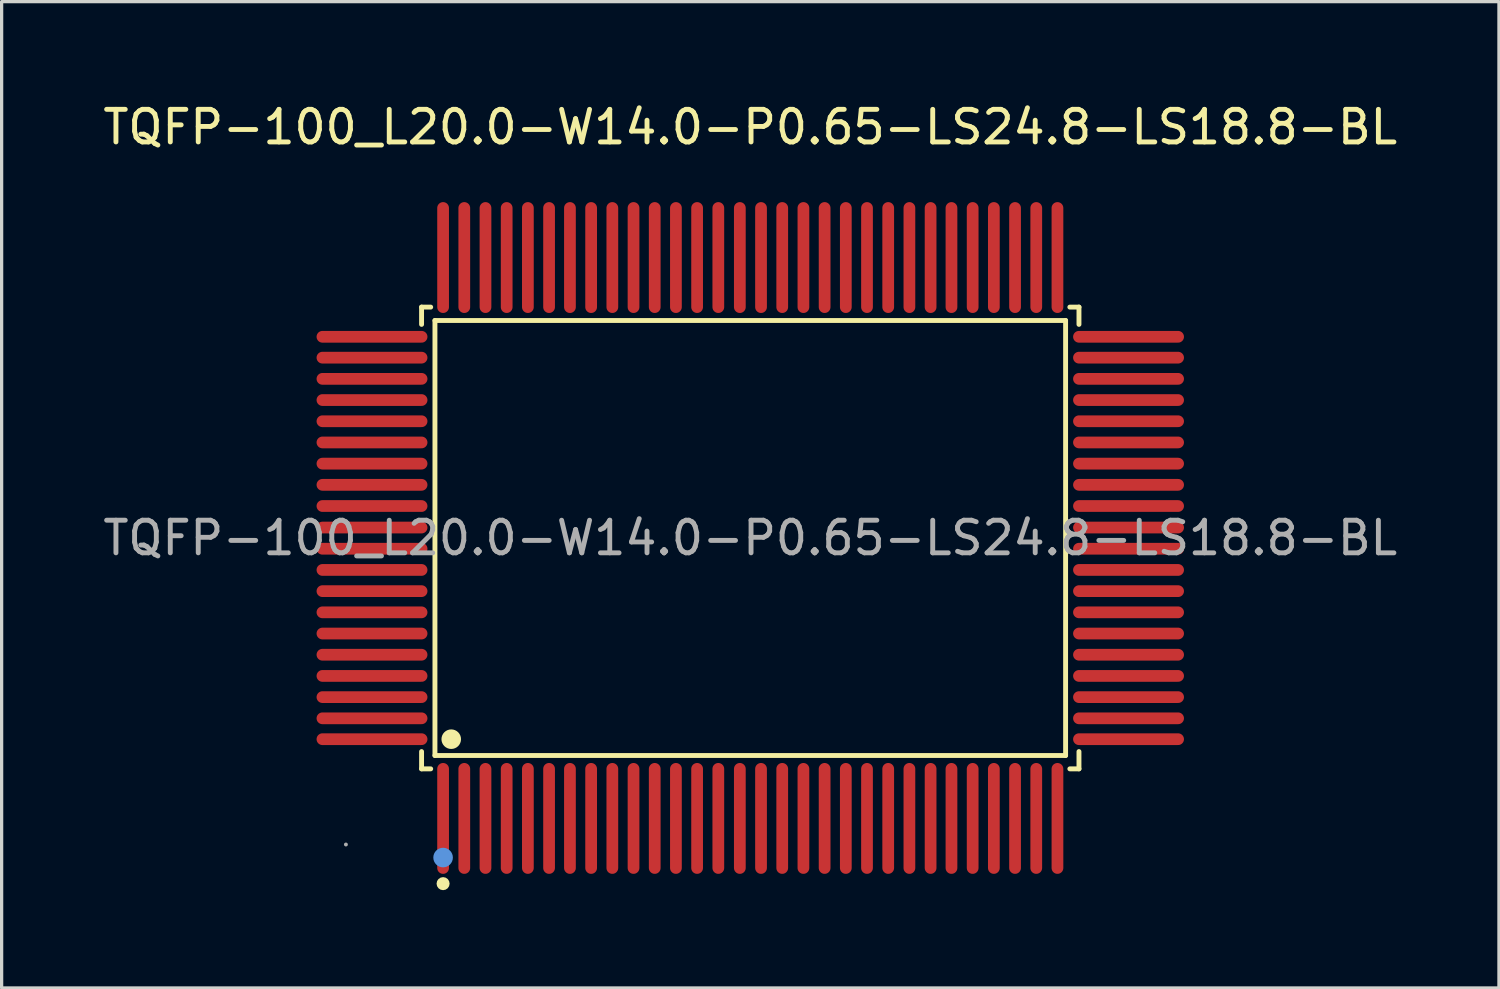
<source format=kicad_pcb>
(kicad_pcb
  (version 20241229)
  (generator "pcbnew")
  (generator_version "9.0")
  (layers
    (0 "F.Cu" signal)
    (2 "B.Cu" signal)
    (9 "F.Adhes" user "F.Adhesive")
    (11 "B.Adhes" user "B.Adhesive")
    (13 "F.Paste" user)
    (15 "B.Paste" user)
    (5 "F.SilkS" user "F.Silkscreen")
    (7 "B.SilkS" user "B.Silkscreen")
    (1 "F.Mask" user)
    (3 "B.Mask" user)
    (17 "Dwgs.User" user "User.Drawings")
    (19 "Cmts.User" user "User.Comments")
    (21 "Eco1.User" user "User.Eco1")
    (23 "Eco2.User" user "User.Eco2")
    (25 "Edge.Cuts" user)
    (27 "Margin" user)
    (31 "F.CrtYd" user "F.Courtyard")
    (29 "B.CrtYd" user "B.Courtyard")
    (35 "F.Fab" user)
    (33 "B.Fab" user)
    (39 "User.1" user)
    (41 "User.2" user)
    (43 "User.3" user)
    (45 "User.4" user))
  (footprint "TQFP-100_L20.0-W14.0-P0.65-LS24.8-LS18.8-BL"
    (layer "F.Cu")
    (at 19.958 13.448)
    (property "Reference" "TQFP-100_L20.0-W14.0-P0.65-LS24.8-LS18.8-BL" (at 0 -12.6 0) (layer "F.SilkS") (effects (font (size 1 1) (thickness 0.15))))
    (attr through_hole)
    (fp_line (start -10.08 -7.08) (end -9.8 -7.08) (stroke (width 0.15) (type solid)) (layer "F.SilkS"))
    (fp_line (start -10.08 -6.55) (end -10.08 -7.08) (stroke (width 0.15) (type solid)) (layer "F.SilkS"))
    (fp_line (start -10.08 6.55) (end -10.08 7.08) (stroke (width 0.15) (type solid)) (layer "F.SilkS"))
    (fp_line (start -10.08 7.08) (end -9.8 7.08) (stroke (width 0.15) (type solid)) (layer "F.SilkS"))
    (fp_line (start -9.67 -6.67) (end 9.67 -6.67) (stroke (width 0.15) (type solid)) (layer "F.SilkS"))
    (fp_line (start -9.67 6.67) (end -9.67 -6.67) (stroke (width 0.15) (type solid)) (layer "F.SilkS"))
    (fp_line (start 9.67 -6.67) (end 9.67 6.67) (stroke (width 0.15) (type solid)) (layer "F.SilkS"))
    (fp_line (start 9.67 6.67) (end -9.67 6.67) (stroke (width 0.15) (type solid)) (layer "F.SilkS"))
    (fp_line (start 10.08 -7.08) (end 9.8 -7.08) (stroke (width 0.15) (type solid)) (layer "F.SilkS"))
    (fp_line (start 10.08 -6.55) (end 10.08 -7.08) (stroke (width 0.15) (type solid)) (layer "F.SilkS"))
    (fp_line (start 10.08 6.55) (end 10.08 7.08) (stroke (width 0.15) (type solid)) (layer "F.SilkS"))
    (fp_line (start 10.08 7.08) (end 9.8 7.08) (stroke (width 0.15) (type solid)) (layer "F.SilkS"))
    (fp_circle (center -9.42 10.6) (end -9.32 10.6) (stroke (width 0.2) (type solid)) (fill no) (layer "F.SilkS"))
    (fp_circle (center -9.17 6.17) (end -9.02 6.17) (stroke (width 0.3) (type solid)) (fill no) (layer "F.SilkS"))
    (fp_circle (center -9.42 9.8) (end -9.27 9.8) (stroke (width 0.3) (type solid)) (fill no) (layer "Cmts.User"))
    (fp_circle (center -12.4 9.4) (end -12.37 9.4) (stroke (width 0.06) (type solid)) (fill no) (layer "F.Fab"))
    (fp_text user "${REFERENCE}" (at 0 0 0) (layer "F.Fab") (effects (font (size 1 1) (thickness 0.15))))
    (pad "1" smd oval (at -9.42 8.6) (size 0.36 3.4) (layers "F.Cu" "F.Mask" "F.Paste"))
    (pad "2" smd oval (at -8.77 8.6) (size 0.36 3.4) (layers "F.Cu" "F.Mask" "F.Paste"))
    (pad "3" smd oval (at -8.12 8.6) (size 0.36 3.4) (layers "F.Cu" "F.Mask" "F.Paste"))
    (pad "4" smd oval (at -7.47 8.6) (size 0.36 3.4) (layers "F.Cu" "F.Mask" "F.Paste"))
    (pad "5" smd oval (at -6.82 8.6) (size 0.36 3.4) (layers "F.Cu" "F.Mask" "F.Paste"))
    (pad "6" smd oval (at -6.17 8.6) (size 0.36 3.4) (layers "F.Cu" "F.Mask" "F.Paste"))
    (pad "7" smd oval (at -5.53 8.6) (size 0.36 3.4) (layers "F.Cu" "F.Mask" "F.Paste"))
    (pad "8" smd oval (at -4.88 8.6) (size 0.36 3.4) (layers "F.Cu" "F.Mask" "F.Paste"))
    (pad "9" smd oval (at -4.23 8.6) (size 0.36 3.4) (layers "F.Cu" "F.Mask" "F.Paste"))
    (pad "10" smd oval (at -3.58 8.6) (size 0.36 3.4) (layers "F.Cu" "F.Mask" "F.Paste"))
    (pad "11" smd oval (at -2.93 8.6) (size 0.36 3.4) (layers "F.Cu" "F.Mask" "F.Paste"))
    (pad "12" smd oval (at -2.28 8.6) (size 0.36 3.4) (layers "F.Cu" "F.Mask" "F.Paste"))
    (pad "13" smd oval (at -1.63 8.6) (size 0.36 3.4) (layers "F.Cu" "F.Mask" "F.Paste"))
    (pad "14" smd oval (at -0.98 8.6) (size 0.36 3.4) (layers "F.Cu" "F.Mask" "F.Paste"))
    (pad "15" smd oval (at -0.32 8.6) (size 0.36 3.4) (layers "F.Cu" "F.Mask" "F.Paste"))
    (pad "16" smd oval (at 0.33 8.6) (size 0.36 3.4) (layers "F.Cu" "F.Mask" "F.Paste"))
    (pad "17" smd oval (at 0.98 8.6) (size 0.36 3.4) (layers "F.Cu" "F.Mask" "F.Paste"))
    (pad "18" smd oval (at 1.63 8.6) (size 0.36 3.4) (layers "F.Cu" "F.Mask" "F.Paste"))
    (pad "19" smd oval (at 2.28 8.6) (size 0.36 3.4) (layers "F.Cu" "F.Mask" "F.Paste"))
    (pad "20" smd oval (at 2.93 8.6) (size 0.36 3.4) (layers "F.Cu" "F.Mask" "F.Paste"))
    (pad "21" smd oval (at 3.58 8.6) (size 0.36 3.4) (layers "F.Cu" "F.Mask" "F.Paste"))
    (pad "22" smd oval (at 4.23 8.6) (size 0.36 3.4) (layers "F.Cu" "F.Mask" "F.Paste"))
    (pad "23" smd oval (at 4.88 8.6) (size 0.36 3.4) (layers "F.Cu" "F.Mask" "F.Paste"))
    (pad "24" smd oval (at 5.53 8.6) (size 0.36 3.4) (layers "F.Cu" "F.Mask" "F.Paste"))
    (pad "25" smd oval (at 6.17 8.6) (size 0.36 3.4) (layers "F.Cu" "F.Mask" "F.Paste"))
    (pad "26" smd oval (at 6.82 8.6) (size 0.36 3.4) (layers "F.Cu" "F.Mask" "F.Paste"))
    (pad "27" smd oval (at 7.47 8.6) (size 0.36 3.4) (layers "F.Cu" "F.Mask" "F.Paste"))
    (pad "28" smd oval (at 8.12 8.6) (size 0.36 3.4) (layers "F.Cu" "F.Mask" "F.Paste"))
    (pad "29" smd oval (at 8.77 8.6) (size 0.36 3.4) (layers "F.Cu" "F.Mask" "F.Paste"))
    (pad "30" smd oval (at 9.42 8.6) (size 0.36 3.4) (layers "F.Cu" "F.Mask" "F.Paste"))
    (pad "31" smd oval (at 11.6 6.17) (size 3.4 0.36) (layers "F.Cu" "F.Mask" "F.Paste"))
    (pad "32" smd oval (at 11.6 5.53) (size 3.4 0.36) (layers "F.Cu" "F.Mask" "F.Paste"))
    (pad "33" smd oval (at 11.6 4.88) (size 3.4 0.36) (layers "F.Cu" "F.Mask" "F.Paste"))
    (pad "34" smd oval (at 11.6 4.23) (size 3.4 0.36) (layers "F.Cu" "F.Mask" "F.Paste"))
    (pad "35" smd oval (at 11.6 3.58) (size 3.4 0.36) (layers "F.Cu" "F.Mask" "F.Paste"))
    (pad "36" smd oval (at 11.6 2.93) (size 3.4 0.36) (layers "F.Cu" "F.Mask" "F.Paste"))
    (pad "37" smd oval (at 11.6 2.28) (size 3.4 0.36) (layers "F.Cu" "F.Mask" "F.Paste"))
    (pad "38" smd oval (at 11.6 1.63) (size 3.4 0.36) (layers "F.Cu" "F.Mask" "F.Paste"))
    (pad "39" smd oval (at 11.6 0.98) (size 3.4 0.36) (layers "F.Cu" "F.Mask" "F.Paste"))
    (pad "40" smd oval (at 11.6 0.33) (size 3.4 0.36) (layers "F.Cu" "F.Mask" "F.Paste"))
    (pad "41" smd oval (at 11.6 -0.32) (size 3.4 0.36) (layers "F.Cu" "F.Mask" "F.Paste"))
    (pad "42" smd oval (at 11.6 -0.98) (size 3.4 0.36) (layers "F.Cu" "F.Mask" "F.Paste"))
    (pad "43" smd oval (at 11.6 -1.63) (size 3.4 0.36) (layers "F.Cu" "F.Mask" "F.Paste"))
    (pad "44" smd oval (at 11.6 -2.28) (size 3.4 0.36) (layers "F.Cu" "F.Mask" "F.Paste"))
    (pad "45" smd oval (at 11.6 -2.93) (size 3.4 0.36) (layers "F.Cu" "F.Mask" "F.Paste"))
    (pad "46" smd oval (at 11.6 -3.58) (size 3.4 0.36) (layers "F.Cu" "F.Mask" "F.Paste"))
    (pad "47" smd oval (at 11.6 -4.23) (size 3.4 0.36) (layers "F.Cu" "F.Mask" "F.Paste"))
    (pad "48" smd oval (at 11.6 -4.88) (size 3.4 0.36) (layers "F.Cu" "F.Mask" "F.Paste"))
    (pad "49" smd oval (at 11.6 -5.53) (size 3.4 0.36) (layers "F.Cu" "F.Mask" "F.Paste"))
    (pad "50" smd oval (at 11.6 -6.17) (size 3.4 0.36) (layers "F.Cu" "F.Mask" "F.Paste"))
    (pad "51" smd oval (at 9.42 -8.6) (size 0.36 3.4) (layers "F.Cu" "F.Mask" "F.Paste"))
    (pad "52" smd oval (at 8.77 -8.6) (size 0.36 3.4) (layers "F.Cu" "F.Mask" "F.Paste"))
    (pad "53" smd oval (at 8.12 -8.6) (size 0.36 3.4) (layers "F.Cu" "F.Mask" "F.Paste"))
    (pad "54" smd oval (at 7.47 -8.6) (size 0.36 3.4) (layers "F.Cu" "F.Mask" "F.Paste"))
    (pad "55" smd oval (at 6.82 -8.6) (size 0.36 3.4) (layers "F.Cu" "F.Mask" "F.Paste"))
    (pad "56" smd oval (at 6.17 -8.6) (size 0.36 3.4) (layers "F.Cu" "F.Mask" "F.Paste"))
    (pad "57" smd oval (at 5.53 -8.6) (size 0.36 3.4) (layers "F.Cu" "F.Mask" "F.Paste"))
    (pad "58" smd oval (at 4.88 -8.6) (size 0.36 3.4) (layers "F.Cu" "F.Mask" "F.Paste"))
    (pad "59" smd oval (at 4.23 -8.6) (size 0.36 3.4) (layers "F.Cu" "F.Mask" "F.Paste"))
    (pad "60" smd oval (at 3.58 -8.6) (size 0.36 3.4) (layers "F.Cu" "F.Mask" "F.Paste"))
    (pad "61" smd oval (at 2.93 -8.6) (size 0.36 3.4) (layers "F.Cu" "F.Mask" "F.Paste"))
    (pad "62" smd oval (at 2.28 -8.6) (size 0.36 3.4) (layers "F.Cu" "F.Mask" "F.Paste"))
    (pad "63" smd oval (at 1.63 -8.6) (size 0.36 3.4) (layers "F.Cu" "F.Mask" "F.Paste"))
    (pad "64" smd oval (at 0.98 -8.6) (size 0.36 3.4) (layers "F.Cu" "F.Mask" "F.Paste"))
    (pad "65" smd oval (at 0.33 -8.6) (size 0.36 3.4) (layers "F.Cu" "F.Mask" "F.Paste"))
    (pad "66" smd oval (at -0.32 -8.6) (size 0.36 3.4) (layers "F.Cu" "F.Mask" "F.Paste"))
    (pad "67" smd oval (at -0.98 -8.6) (size 0.36 3.4) (layers "F.Cu" "F.Mask" "F.Paste"))
    (pad "68" smd oval (at -1.63 -8.6) (size 0.36 3.4) (layers "F.Cu" "F.Mask" "F.Paste"))
    (pad "69" smd oval (at -2.28 -8.6) (size 0.36 3.4) (layers "F.Cu" "F.Mask" "F.Paste"))
    (pad "70" smd oval (at -2.93 -8.6) (size 0.36 3.4) (layers "F.Cu" "F.Mask" "F.Paste"))
    (pad "71" smd oval (at -3.58 -8.6) (size 0.36 3.4) (layers "F.Cu" "F.Mask" "F.Paste"))
    (pad "72" smd oval (at -4.23 -8.6) (size 0.36 3.4) (layers "F.Cu" "F.Mask" "F.Paste"))
    (pad "73" smd oval (at -4.88 -8.6) (size 0.36 3.4) (layers "F.Cu" "F.Mask" "F.Paste"))
    (pad "74" smd oval (at -5.53 -8.6) (size 0.36 3.4) (layers "F.Cu" "F.Mask" "F.Paste"))
    (pad "75" smd oval (at -6.17 -8.6) (size 0.36 3.4) (layers "F.Cu" "F.Mask" "F.Paste"))
    (pad "76" smd oval (at -6.82 -8.6) (size 0.36 3.4) (layers "F.Cu" "F.Mask" "F.Paste"))
    (pad "77" smd oval (at -7.47 -8.6) (size 0.36 3.4) (layers "F.Cu" "F.Mask" "F.Paste"))
    (pad "78" smd oval (at -8.12 -8.6) (size 0.36 3.4) (layers "F.Cu" "F.Mask" "F.Paste"))
    (pad "79" smd oval (at -8.77 -8.6) (size 0.36 3.4) (layers "F.Cu" "F.Mask" "F.Paste"))
    (pad "80" smd oval (at -9.42 -8.6) (size 0.36 3.4) (layers "F.Cu" "F.Mask" "F.Paste"))
    (pad "81" smd oval (at -11.6 -6.17) (size 3.4 0.36) (layers "F.Cu" "F.Mask" "F.Paste"))
    (pad "82" smd oval (at -11.6 -5.53) (size 3.4 0.36) (layers "F.Cu" "F.Mask" "F.Paste"))
    (pad "83" smd oval (at -11.6 -4.88) (size 3.4 0.36) (layers "F.Cu" "F.Mask" "F.Paste"))
    (pad "84" smd oval (at -11.6 -4.23) (size 3.4 0.36) (layers "F.Cu" "F.Mask" "F.Paste"))
    (pad "85" smd oval (at -11.6 -3.58) (size 3.4 0.36) (layers "F.Cu" "F.Mask" "F.Paste"))
    (pad "86" smd oval (at -11.6 -2.93) (size 3.4 0.36) (layers "F.Cu" "F.Mask" "F.Paste"))
    (pad "87" smd oval (at -11.6 -2.28) (size 3.4 0.36) (layers "F.Cu" "F.Mask" "F.Paste"))
    (pad "88" smd oval (at -11.6 -1.63) (size 3.4 0.36) (layers "F.Cu" "F.Mask" "F.Paste"))
    (pad "89" smd oval (at -11.6 -0.98) (size 3.4 0.36) (layers "F.Cu" "F.Mask" "F.Paste"))
    (pad "90" smd oval (at -11.6 -0.32) (size 3.4 0.36) (layers "F.Cu" "F.Mask" "F.Paste"))
    (pad "91" smd oval (at -11.6 0.33) (size 3.4 0.36) (layers "F.Cu" "F.Mask" "F.Paste"))
    (pad "92" smd oval (at -11.6 0.98) (size 3.4 0.36) (layers "F.Cu" "F.Mask" "F.Paste"))
    (pad "93" smd oval (at -11.6 1.63) (size 3.4 0.36) (layers "F.Cu" "F.Mask" "F.Paste"))
    (pad "94" smd oval (at -11.6 2.28) (size 3.4 0.36) (layers "F.Cu" "F.Mask" "F.Paste"))
    (pad "95" smd oval (at -11.6 2.93) (size 3.4 0.36) (layers "F.Cu" "F.Mask" "F.Paste"))
    (pad "96" smd oval (at -11.6 3.58) (size 3.4 0.36) (layers "F.Cu" "F.Mask" "F.Paste"))
    (pad "97" smd oval (at -11.6 4.23) (size 3.4 0.36) (layers "F.Cu" "F.Mask" "F.Paste"))
    (pad "98" smd oval (at -11.6 4.88) (size 3.4 0.36) (layers "F.Cu" "F.Mask" "F.Paste"))
    (pad "99" smd oval (at -11.6 5.53) (size 3.4 0.36) (layers "F.Cu" "F.Mask" "F.Paste"))
    (pad "100" smd oval (at -11.6 6.17) (size 3.4 0.36) (layers "F.Cu" "F.Mask" "F.Paste")))
  (gr_rect
    (start -3 -3)
    (end 42.917 27.248)
    (stroke (width 0.1) (type default))
    (fill no)
    (layer "Edge.Cuts")))
</source>
